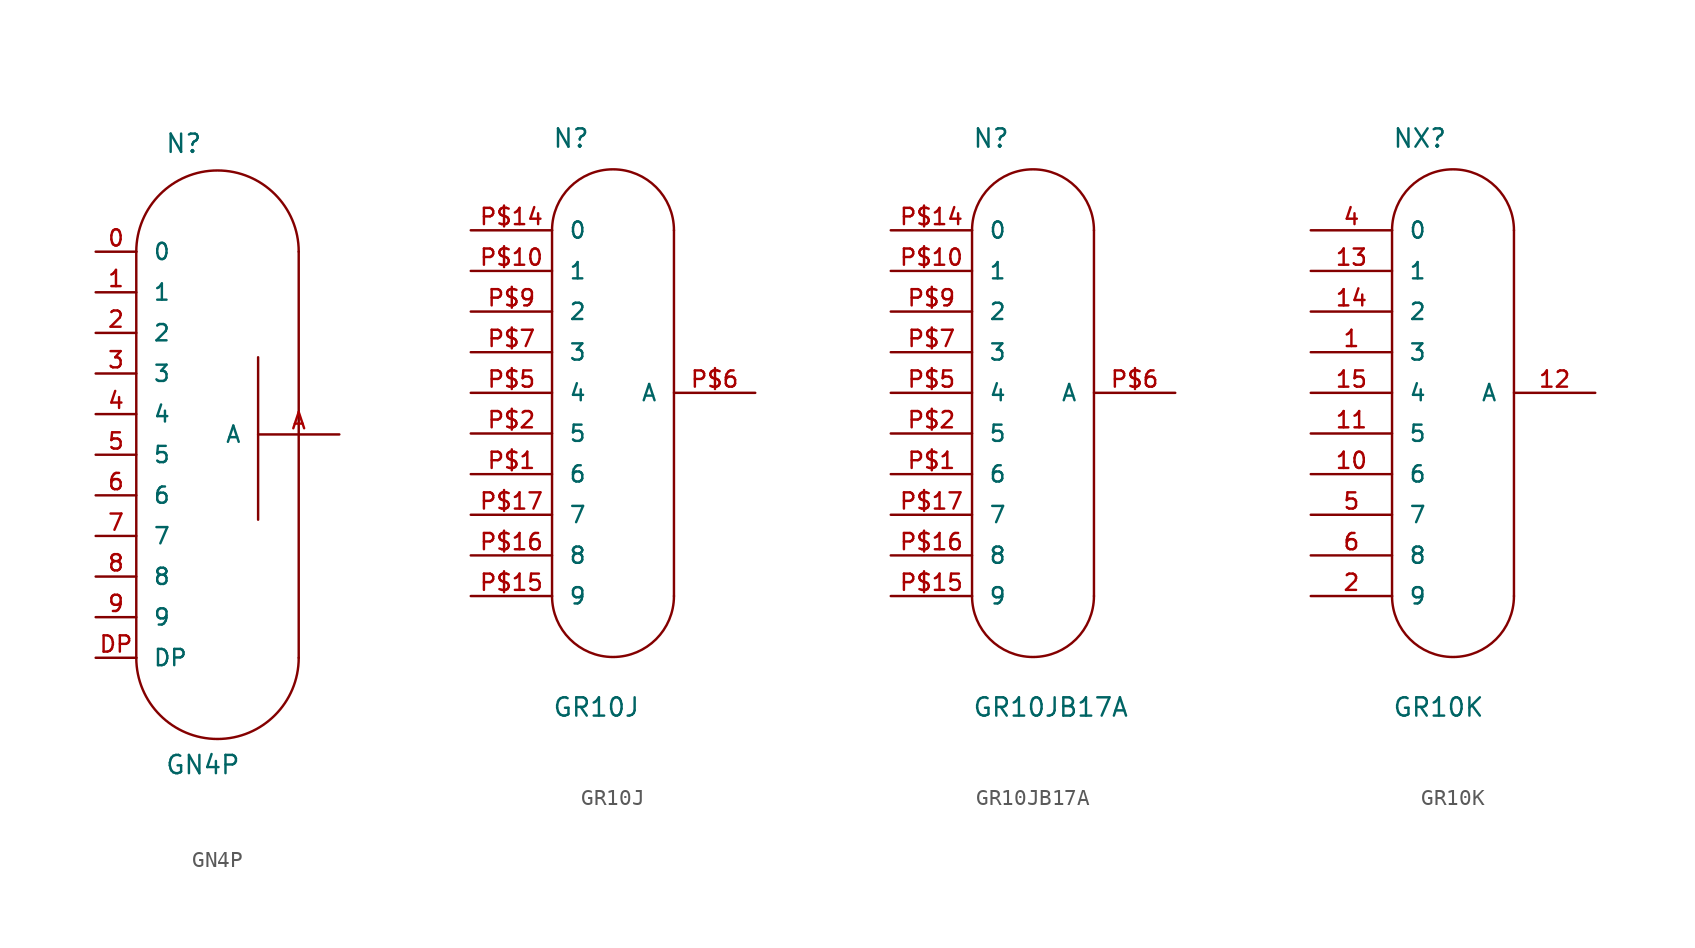
<source format=kicad_sym>
(kicad_symbol_lib
  (version 20220914)
  (generator kicad_symbol_editor)
  (symbol "GN4P"
    (pin_names
      (offset 1.016))
    (property "Reference" "N"
      (at -38.862 41.656 0)
      (effects (font (size 1.143 1.143)) (justify left bottom)))
    (property "Value" "GN4P"
      (at -38.862 2.794 0)
      (effects (font (size 1.143 1.143)) (justify left bottom)))
    (property "ki_locked" ""
      (at 0 0 0)
      (effects (font (size 1.27 1.27))))
    (symbol "GN4P_1_0"
      (polyline (pts (xy -40.64 35.56) (xy -40.64 10.16)) (stroke (width 0) (type solid)) (fill (type none)))
      (polyline (pts (xy -33.02 28.956) (xy -33.02 18.796)) (stroke (width 0) (type solid)) (fill (type none)))
      (polyline (pts (xy -30.48 35.56) (xy -30.48 10.16)) (stroke (width 0) (type solid)) (fill (type none))))
    (symbol "GN4P_1_1"
      (arc (start -40.64 10.16) (mid -35.56 5.1021) (end -30.48 10.16) (stroke (width 0) (type solid)) (fill (type none)))
      (arc (start -30.48 35.56) (mid -35.56 40.6179) (end -40.64 35.56) (stroke (width 0) (type solid)) (fill (type none)))
      (pin passive line (at -43.18 35.56 0) (length 2.54) (name "0" (effects (font (size 1.016 1.016)))) (number "0" (effects (font (size 1.016 1.016)))))
      (pin passive line (at -43.18 33.02 0) (length 2.54) (name "1" (effects (font (size 1.016 1.016)))) (number "1" (effects (font (size 1.016 1.016)))))
      (pin passive line (at -43.18 30.48 0) (length 2.54) (name "2" (effects (font (size 1.016 1.016)))) (number "2" (effects (font (size 1.016 1.016)))))
      (pin passive line (at -43.18 27.94 0) (length 2.54) (name "3" (effects (font (size 1.016 1.016)))) (number "3" (effects (font (size 1.016 1.016)))))
      (pin passive line (at -43.18 25.4 0) (length 2.54) (name "4" (effects (font (size 1.016 1.016)))) (number "4" (effects (font (size 1.016 1.016)))))
      (pin passive line (at -43.18 22.86 0) (length 2.54) (name "5" (effects (font (size 1.016 1.016)))) (number "5" (effects (font (size 1.016 1.016)))))
      (pin passive line (at -43.18 20.32 0) (length 2.54) (name "6" (effects (font (size 1.016 1.016)))) (number "6" (effects (font (size 1.016 1.016)))))
      (pin passive line (at -43.18 17.78 0) (length 2.54) (name "7" (effects (font (size 1.016 1.016)))) (number "7" (effects (font (size 1.016 1.016)))))
      (pin passive line (at -43.18 15.24 0) (length 2.54) (name "8" (effects (font (size 1.016 1.016)))) (number "8" (effects (font (size 1.016 1.016)))))
      (pin passive line (at -43.18 12.7 0) (length 2.54) (name "9" (effects (font (size 1.016 1.016)))) (number "9" (effects (font (size 1.016 1.016)))))
      (pin passive line (at -27.94 24.13 180) (length 5.08) (name "A" (effects (font (size 1.016 1.016)))) (number "A" (effects (font (size 1.016 1.016)))))
      (pin passive line (at -43.18 10.16 0) (length 2.54) (name "DP" (effects (font (size 1.016 1.016)))) (number "DP" (effects (font (size 1.016 1.016)))))))
  (symbol "GR10J"
    (pin_names
      (offset 1.016))
    (property "Reference" "N"
      (at -22.86 12.7 0)
      (effects (font (size 1.143 1.143)) (justify left bottom)))
    (property "Value" "GR10J"
      (at -22.86 -22.86 0)
      (effects (font (size 1.143 1.143)) (justify left bottom)))
    (property "ki_locked" ""
      (at 0 0 0)
      (effects (font (size 1.27 1.27))))
    (symbol "GR10J_1_0"
      (polyline (pts (xy -22.86 7.62) (xy -22.86 -15.24)) (stroke (width 0) (type solid)) (fill (type none)))
      (polyline (pts (xy -15.24 7.62) (xy -15.24 -15.24)) (stroke (width 0) (type solid)) (fill (type none))))
    (symbol "GR10J_1_1"
      (arc (start -22.86 -15.24) (mid -19.05 -19.0334) (end -15.24 -15.24) (stroke (width 0) (type solid)) (fill (type none)))
      (arc (start -15.24 7.62) (mid -19.05 11.4134) (end -22.86 7.62) (stroke (width 0) (type solid)) (fill (type none)))
      (pin passive line (at -27.94 -7.62 0) (length 5.08) (name "6" (effects (font (size 1.016 1.016)))) (number "P$1" (effects (font (size 1.016 1.016)))))
      (pin passive line (at -27.94 5.08 0) (length 5.08) (name "1" (effects (font (size 1.016 1.016)))) (number "P$10" (effects (font (size 1.016 1.016)))))
      (pin passive line (at -27.94 7.62 0) (length 5.08) (name "0" (effects (font (size 1.016 1.016)))) (number "P$14" (effects (font (size 1.016 1.016)))))
      (pin passive line (at -27.94 -15.24 0) (length 5.08) (name "9" (effects (font (size 1.016 1.016)))) (number "P$15" (effects (font (size 1.016 1.016)))))
      (pin passive line (at -27.94 -12.7 0) (length 5.08) (name "8" (effects (font (size 1.016 1.016)))) (number "P$16" (effects (font (size 1.016 1.016)))))
      (pin passive line (at -27.94 -10.16 0) (length 5.08) (name "7" (effects (font (size 1.016 1.016)))) (number "P$17" (effects (font (size 1.016 1.016)))))
      (pin passive line (at -27.94 -5.08 0) (length 5.08) (name "5" (effects (font (size 1.016 1.016)))) (number "P$2" (effects (font (size 1.016 1.016)))))
      (pin passive line (at -27.94 -2.54 0) (length 5.08) (name "4" (effects (font (size 1.016 1.016)))) (number "P$5" (effects (font (size 1.016 1.016)))))
      (pin passive line (at -10.16 -2.54 180) (length 5.08) (name "A" (effects (font (size 1.016 1.016)))) (number "P$6" (effects (font (size 1.016 1.016)))))
      (pin passive line (at -27.94 0 0) (length 5.08) (name "3" (effects (font (size 1.016 1.016)))) (number "P$7" (effects (font (size 1.016 1.016)))))
      (pin passive line (at -27.94 2.54 0) (length 5.08) (name "2" (effects (font (size 1.016 1.016)))) (number "P$9" (effects (font (size 1.016 1.016)))))))
  (symbol "GR10JB17A"
    (pin_names
      (offset 1.016))
    (property "Reference" "N"
      (at -22.86 12.7 0)
      (effects (font (size 1.143 1.143)) (justify left bottom)))
    (property "Value" "GR10JB17A"
      (at -22.86 -22.86 0)
      (effects (font (size 1.143 1.143)) (justify left bottom)))
    (property "ki_locked" ""
      (at 0 0 0)
      (effects (font (size 1.27 1.27))))
    (symbol "GR10JB17A_1_0"
      (polyline (pts (xy -22.86 7.62) (xy -22.86 -15.24)) (stroke (width 0) (type solid)) (fill (type none)))
      (polyline (pts (xy -15.24 7.62) (xy -15.24 -15.24)) (stroke (width 0) (type solid)) (fill (type none))))
    (symbol "GR10JB17A_1_1"
      (arc (start -22.86 -15.24) (mid -19.05 -19.0334) (end -15.24 -15.24) (stroke (width 0) (type solid)) (fill (type none)))
      (arc (start -15.24 7.62) (mid -19.05 11.4134) (end -22.86 7.62) (stroke (width 0) (type solid)) (fill (type none)))
      (pin passive line (at -27.94 -7.62 0) (length 5.08) (name "6" (effects (font (size 1.016 1.016)))) (number "P$1" (effects (font (size 1.016 1.016)))))
      (pin passive line (at -27.94 5.08 0) (length 5.08) (name "1" (effects (font (size 1.016 1.016)))) (number "P$10" (effects (font (size 1.016 1.016)))))
      (pin passive line (at -27.94 7.62 0) (length 5.08) (name "0" (effects (font (size 1.016 1.016)))) (number "P$14" (effects (font (size 1.016 1.016)))))
      (pin passive line (at -27.94 -15.24 0) (length 5.08) (name "9" (effects (font (size 1.016 1.016)))) (number "P$15" (effects (font (size 1.016 1.016)))))
      (pin passive line (at -27.94 -12.7 0) (length 5.08) (name "8" (effects (font (size 1.016 1.016)))) (number "P$16" (effects (font (size 1.016 1.016)))))
      (pin passive line (at -27.94 -10.16 0) (length 5.08) (name "7" (effects (font (size 1.016 1.016)))) (number "P$17" (effects (font (size 1.016 1.016)))))
      (pin passive line (at -27.94 -5.08 0) (length 5.08) (name "5" (effects (font (size 1.016 1.016)))) (number "P$2" (effects (font (size 1.016 1.016)))))
      (pin passive line (at -27.94 -2.54 0) (length 5.08) (name "4" (effects (font (size 1.016 1.016)))) (number "P$5" (effects (font (size 1.016 1.016)))))
      (pin passive line (at -10.16 -2.54 180) (length 5.08) (name "A" (effects (font (size 1.016 1.016)))) (number "P$6" (effects (font (size 1.016 1.016)))))
      (pin passive line (at -27.94 0 0) (length 5.08) (name "3" (effects (font (size 1.016 1.016)))) (number "P$7" (effects (font (size 1.016 1.016)))))
      (pin passive line (at -27.94 2.54 0) (length 5.08) (name "2" (effects (font (size 1.016 1.016)))) (number "P$9" (effects (font (size 1.016 1.016)))))))
  (symbol "GR10K"
    (pin_names
      (offset 1.016))
    (property "Reference" "NX"
      (at -22.86 12.7 0)
      (effects (font (size 1.143 1.143)) (justify left bottom)))
    (property "Value" "GR10K"
      (at -22.86 -22.86 0)
      (effects (font (size 1.143 1.143)) (justify left bottom)))
    (property "ki_locked" ""
      (at 0 0 0)
      (effects (font (size 1.27 1.27))))
    (symbol "GR10K_1_0"
      (polyline (pts (xy -22.86 7.62) (xy -22.86 -15.24)) (stroke (width 0) (type solid)) (fill (type none)))
      (polyline (pts (xy -15.24 7.62) (xy -15.24 -15.24)) (stroke (width 0) (type solid)) (fill (type none))))
    (symbol "GR10K_1_1"
      (arc (start -22.86 -15.24) (mid -19.05 -19.0334) (end -15.24 -15.24) (stroke (width 0) (type solid)) (fill (type none)))
      (arc (start -15.24 7.62) (mid -19.05 11.4134) (end -22.86 7.62) (stroke (width 0) (type solid)) (fill (type none)))
      (pin passive line (at -27.94 0 0) (length 5.08) (name "3" (effects (font (size 1.016 1.016)))) (number "1" (effects (font (size 1.016 1.016)))))
      (pin passive line (at -27.94 -7.62 0) (length 5.08) (name "6" (effects (font (size 1.016 1.016)))) (number "10" (effects (font (size 1.016 1.016)))))
      (pin passive line (at -27.94 -5.08 0) (length 5.08) (name "5" (effects (font (size 1.016 1.016)))) (number "11" (effects (font (size 1.016 1.016)))))
      (pin passive line (at -10.16 -2.54 180) (length 5.08) (name "A" (effects (font (size 1.016 1.016)))) (number "12" (effects (font (size 1.016 1.016)))))
      (pin passive line (at -27.94 5.08 0) (length 5.08) (name "1" (effects (font (size 1.016 1.016)))) (number "13" (effects (font (size 1.016 1.016)))))
      (pin passive line (at -27.94 2.54 0) (length 5.08) (name "2" (effects (font (size 1.016 1.016)))) (number "14" (effects (font (size 1.016 1.016)))))
      (pin passive line (at -27.94 -2.54 0) (length 5.08) (name "4" (effects (font (size 1.016 1.016)))) (number "15" (effects (font (size 1.016 1.016)))))
      (pin passive line (at -27.94 -15.24 0) (length 5.08) (name "9" (effects (font (size 1.016 1.016)))) (number "2" (effects (font (size 1.016 1.016)))))
      (pin passive line (at -27.94 7.62 0) (length 5.08) (name "0" (effects (font (size 1.016 1.016)))) (number "4" (effects (font (size 1.016 1.016)))))
      (pin passive line (at -27.94 -10.16 0) (length 5.08) (name "7" (effects (font (size 1.016 1.016)))) (number "5" (effects (font (size 1.016 1.016)))))
      (pin passive line (at -27.94 -12.7 0) (length 5.08) (name "8" (effects (font (size 1.016 1.016)))) (number "6" (effects (font (size 1.016 1.016))))))))
</source>
